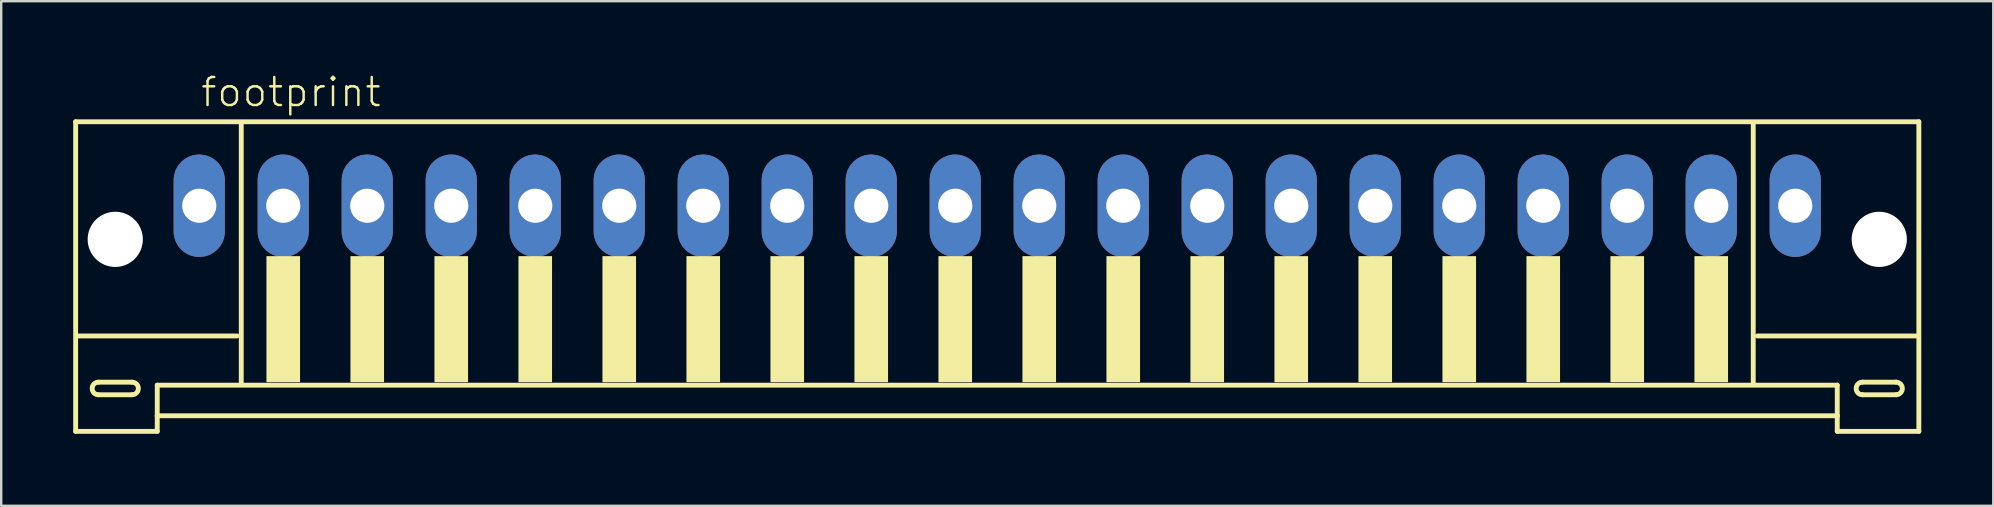
<source format=kicad_pcb>
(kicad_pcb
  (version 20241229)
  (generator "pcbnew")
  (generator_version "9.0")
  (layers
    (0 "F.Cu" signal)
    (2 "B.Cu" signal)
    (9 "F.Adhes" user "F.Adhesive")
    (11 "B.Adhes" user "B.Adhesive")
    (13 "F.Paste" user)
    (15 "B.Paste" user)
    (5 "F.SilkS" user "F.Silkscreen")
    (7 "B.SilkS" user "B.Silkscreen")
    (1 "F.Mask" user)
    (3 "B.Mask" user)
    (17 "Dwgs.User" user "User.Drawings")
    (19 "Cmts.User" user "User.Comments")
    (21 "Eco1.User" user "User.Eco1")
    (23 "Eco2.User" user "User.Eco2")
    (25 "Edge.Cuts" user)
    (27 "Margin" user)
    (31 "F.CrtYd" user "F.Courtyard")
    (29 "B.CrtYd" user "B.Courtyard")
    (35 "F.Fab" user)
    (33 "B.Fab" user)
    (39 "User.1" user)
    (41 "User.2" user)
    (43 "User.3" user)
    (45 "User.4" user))
  (footprint "footprint"
    (layer "F.Cu")
    (at 38.502 7.273)
    (property "Reference" "footprint" (at -33.25 -5.8 0) (layer "F.SilkS") (effects (font (size 1.168 1.168) (thickness 0.102)) (justify left bottom)))
    (fp_line (start -38.4 -5.25) (end -38.4 7.65) (stroke (width 0.203) (type solid)) (layer "F.SilkS"))
    (fp_line (start -38.4 7.65) (end -35 7.65) (stroke (width 0.203) (type solid)) (layer "F.SilkS"))
    (fp_line (start -37.45 5.6) (end -36.05 5.6) (stroke (width 0.203) (type solid)) (layer "F.SilkS"))
    (fp_line (start -36.05 6.125) (end -37.45 6.125) (stroke (width 0.203) (type solid)) (layer "F.SilkS"))
    (fp_line (start -35 5.725) (end 35 5.725) (stroke (width 0.203) (type solid)) (layer "F.SilkS"))
    (fp_line (start -35 7) (end -35 5.725) (stroke (width 0.203) (type solid)) (layer "F.SilkS"))
    (fp_line (start -35 7) (end 35 7) (stroke (width 0.203) (type solid)) (layer "F.SilkS"))
    (fp_line (start -35 7.65) (end -35 7) (stroke (width 0.203) (type solid)) (layer "F.SilkS"))
    (fp_line (start -31.675 3.675) (end -38.325 3.675) (stroke (width 0.203) (type solid)) (layer "F.SilkS"))
    (fp_line (start -31.5 -5.125) (end -31.5 5.6) (stroke (width 0.203) (type solid)) (layer "F.SilkS"))
    (fp_line (start 31.5 5.6) (end 31.5 -5.125) (stroke (width 0.203) (type solid)) (layer "F.SilkS"))
    (fp_line (start 35 5.725) (end 35 7) (stroke (width 0.203) (type solid)) (layer "F.SilkS"))
    (fp_line (start 35 7) (end 35 7.65) (stroke (width 0.203) (type solid)) (layer "F.SilkS"))
    (fp_line (start 35 7.65) (end 38.4 7.65) (stroke (width 0.203) (type solid)) (layer "F.SilkS"))
    (fp_line (start 36.05 5.6) (end 37.45 5.6) (stroke (width 0.203) (type solid)) (layer "F.SilkS"))
    (fp_line (start 37.45 6.125) (end 36.05 6.125) (stroke (width 0.203) (type solid)) (layer "F.SilkS"))
    (fp_line (start 38.325 3.675) (end 31.675 3.675) (stroke (width 0.203) (type solid)) (layer "F.SilkS"))
    (fp_line (start 38.4 -5.25) (end -38.4 -5.25) (stroke (width 0.203) (type solid)) (layer "F.SilkS"))
    (fp_line (start 38.4 7.65) (end 38.4 -5.25) (stroke (width 0.203) (type solid)) (layer "F.SilkS"))
    (fp_arc (start -37.45 6.125) (mid -37.7125 5.8625) (end -37.45 5.6) (stroke (width 0.2032) (type solid)) (layer "F.SilkS"))
    (fp_arc (start -36.05 5.6) (mid -35.7875 5.8625) (end -36.05 6.125) (stroke (width 0.2032) (type solid)) (layer "F.SilkS"))
    (fp_arc (start 36.05 6.125) (mid 35.7875 5.8625) (end 36.05 5.6) (stroke (width 0.2032) (type solid)) (layer "F.SilkS"))
    (fp_arc (start 37.45 5.6) (mid 37.7125 5.8625) (end 37.45 6.125) (stroke (width 0.2032) (type solid)) (layer "F.SilkS"))
    (fp_poly (pts (xy -30.45 5.6) (xy -29.05 5.6) (xy -29.05 0.35) (xy -30.45 0.35)) (stroke (width 0) (type solid)) (fill yes) (layer "F.SilkS"))
    (fp_poly (pts (xy -26.95 5.6) (xy -25.55 5.6) (xy -25.55 0.35) (xy -26.95 0.35)) (stroke (width 0) (type solid)) (fill yes) (layer "F.SilkS"))
    (fp_poly (pts (xy -23.45 5.6) (xy -22.05 5.6) (xy -22.05 0.35) (xy -23.45 0.35)) (stroke (width 0) (type solid)) (fill yes) (layer "F.SilkS"))
    (fp_poly (pts (xy -19.95 5.6) (xy -18.55 5.6) (xy -18.55 0.35) (xy -19.95 0.35)) (stroke (width 0) (type solid)) (fill yes) (layer "F.SilkS"))
    (fp_poly (pts (xy -16.45 5.6) (xy -15.05 5.6) (xy -15.05 0.35) (xy -16.45 0.35)) (stroke (width 0) (type solid)) (fill yes) (layer "F.SilkS"))
    (fp_poly (pts (xy -12.95 5.6) (xy -11.55 5.6) (xy -11.55 0.35) (xy -12.95 0.35)) (stroke (width 0) (type solid)) (fill yes) (layer "F.SilkS"))
    (fp_poly (pts (xy -9.45 5.6) (xy -8.05 5.6) (xy -8.05 0.35) (xy -9.45 0.35)) (stroke (width 0) (type solid)) (fill yes) (layer "F.SilkS"))
    (fp_poly (pts (xy -5.95 5.6) (xy -4.55 5.6) (xy -4.55 0.35) (xy -5.95 0.35)) (stroke (width 0) (type solid)) (fill yes) (layer "F.SilkS"))
    (fp_poly (pts (xy -2.45 5.6) (xy -1.05 5.6) (xy -1.05 0.35) (xy -2.45 0.35)) (stroke (width 0) (type solid)) (fill yes) (layer "F.SilkS"))
    (fp_poly (pts (xy 1.05 5.6) (xy 2.45 5.6) (xy 2.45 0.35) (xy 1.05 0.35)) (stroke (width 0) (type solid)) (fill yes) (layer "F.SilkS"))
    (fp_poly (pts (xy 4.55 5.6) (xy 5.95 5.6) (xy 5.95 0.35) (xy 4.55 0.35)) (stroke (width 0) (type solid)) (fill yes) (layer "F.SilkS"))
    (fp_poly (pts (xy 8.05 5.6) (xy 9.45 5.6) (xy 9.45 0.35) (xy 8.05 0.35)) (stroke (width 0) (type solid)) (fill yes) (layer "F.SilkS"))
    (fp_poly (pts (xy 11.55 5.6) (xy 12.95 5.6) (xy 12.95 0.35) (xy 11.55 0.35)) (stroke (width 0) (type solid)) (fill yes) (layer "F.SilkS"))
    (fp_poly (pts (xy 15.05 5.6) (xy 16.45 5.6) (xy 16.45 0.35) (xy 15.05 0.35)) (stroke (width 0) (type solid)) (fill yes) (layer "F.SilkS"))
    (fp_poly (pts (xy 18.55 5.6) (xy 19.95 5.6) (xy 19.95 0.35) (xy 18.55 0.35)) (stroke (width 0) (type solid)) (fill yes) (layer "F.SilkS"))
    (fp_poly (pts (xy 22.05 5.6) (xy 23.45 5.6) (xy 23.45 0.35) (xy 22.05 0.35)) (stroke (width 0) (type solid)) (fill yes) (layer "F.SilkS"))
    (fp_poly (pts (xy 25.55 5.6) (xy 26.95 5.6) (xy 26.95 0.35) (xy 25.55 0.35)) (stroke (width 0) (type solid)) (fill yes) (layer "F.SilkS"))
    (fp_poly (pts (xy 29.05 5.6) (xy 30.45 5.6) (xy 30.45 0.35) (xy 29.05 0.35)) (stroke (width 0) (type solid)) (fill yes) (layer "F.SilkS"))
    (pad "" np_thru_hole circle (at -36.75 -0.35) (size 2.3 2.3) (drill 2.3) (layers "*.Cu" "*.Mask"))
    (pad "" np_thru_hole circle (at 36.75 -0.35) (size 2.3 2.3) (drill 2.3) (layers "*.Cu" "*.Mask"))
    (pad "1" thru_hole oval (at -33.25 -1.75 90) (size 4.267 2.134) (drill 1.422) (layers "*.Cu" "*.Mask"))
    (pad "2" thru_hole oval (at -29.75 -1.75 90) (size 4.267 2.134) (drill 1.422) (layers "*.Cu" "*.Mask"))
    (pad "3" thru_hole oval (at -26.25 -1.75 90) (size 4.267 2.134) (drill 1.422) (layers "*.Cu" "*.Mask"))
    (pad "4" thru_hole oval (at -22.75 -1.75 90) (size 4.267 2.134) (drill 1.422) (layers "*.Cu" "*.Mask"))
    (pad "5" thru_hole oval (at -19.25 -1.75 90) (size 4.267 2.134) (drill 1.422) (layers "*.Cu" "*.Mask"))
    (pad "6" thru_hole oval (at -15.75 -1.75 90) (size 4.267 2.134) (drill 1.422) (layers "*.Cu" "*.Mask"))
    (pad "7" thru_hole oval (at -12.25 -1.75 90) (size 4.267 2.134) (drill 1.422) (layers "*.Cu" "*.Mask"))
    (pad "8" thru_hole oval (at -8.75 -1.75 90) (size 4.267 2.134) (drill 1.422) (layers "*.Cu" "*.Mask"))
    (pad "9" thru_hole oval (at -5.25 -1.75 90) (size 4.267 2.134) (drill 1.422) (layers "*.Cu" "*.Mask"))
    (pad "10" thru_hole oval (at -1.75 -1.75 90) (size 4.267 2.134) (drill 1.422) (layers "*.Cu" "*.Mask"))
    (pad "11" thru_hole oval (at 1.75 -1.75 90) (size 4.267 2.134) (drill 1.422) (layers "*.Cu" "*.Mask"))
    (pad "12" thru_hole oval (at 5.25 -1.75 90) (size 4.267 2.134) (drill 1.422) (layers "*.Cu" "*.Mask"))
    (pad "13" thru_hole oval (at 8.75 -1.75 90) (size 4.267 2.134) (drill 1.422) (layers "*.Cu" "*.Mask"))
    (pad "14" thru_hole oval (at 12.25 -1.75 90) (size 4.267 2.134) (drill 1.422) (layers "*.Cu" "*.Mask"))
    (pad "15" thru_hole oval (at 15.75 -1.75 90) (size 4.267 2.134) (drill 1.422) (layers "*.Cu" "*.Mask"))
    (pad "16" thru_hole oval (at 19.25 -1.75 90) (size 4.267 2.134) (drill 1.422) (layers "*.Cu" "*.Mask"))
    (pad "17" thru_hole oval (at 22.75 -1.75 90) (size 4.267 2.134) (drill 1.422) (layers "*.Cu" "*.Mask"))
    (pad "18" thru_hole oval (at 26.25 -1.75 90) (size 4.267 2.134) (drill 1.422) (layers "*.Cu" "*.Mask"))
    (pad "19" thru_hole oval (at 29.75 -1.75 90) (size 4.267 2.134) (drill 1.422) (layers "*.Cu" "*.Mask"))
    (pad "20" thru_hole oval (at 33.25 -1.75 90) (size 4.267 2.134) (drill 1.422) (layers "*.Cu" "*.Mask")))
  (gr_rect
    (start -3 -3)
    (end 80.003 18.025)
    (stroke (width 0.1) (type default))
    (fill no)
    (layer "Edge.Cuts")))
</source>
